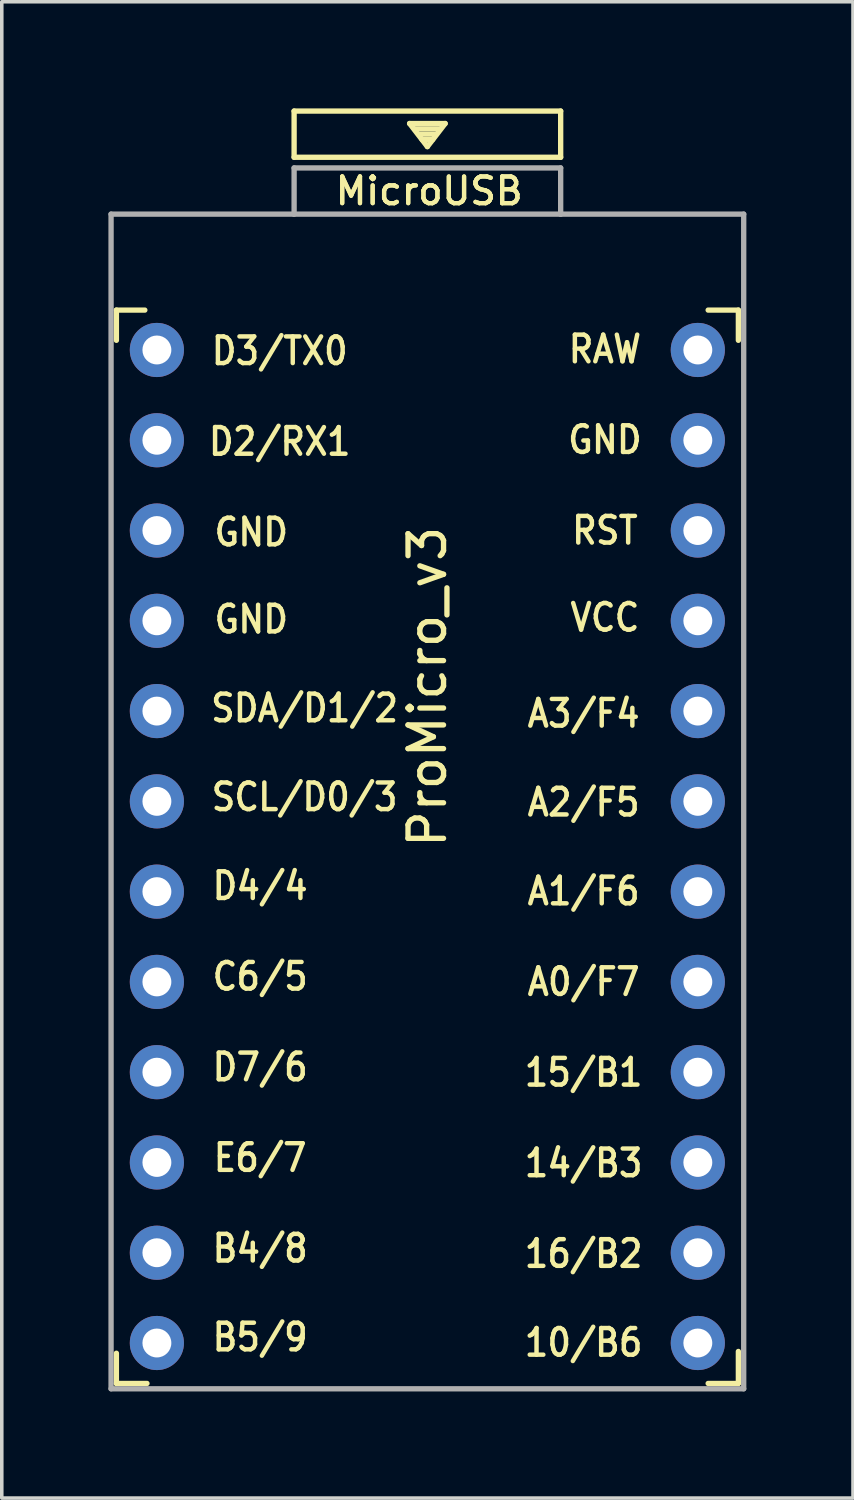
<source format=kicad_pcb>
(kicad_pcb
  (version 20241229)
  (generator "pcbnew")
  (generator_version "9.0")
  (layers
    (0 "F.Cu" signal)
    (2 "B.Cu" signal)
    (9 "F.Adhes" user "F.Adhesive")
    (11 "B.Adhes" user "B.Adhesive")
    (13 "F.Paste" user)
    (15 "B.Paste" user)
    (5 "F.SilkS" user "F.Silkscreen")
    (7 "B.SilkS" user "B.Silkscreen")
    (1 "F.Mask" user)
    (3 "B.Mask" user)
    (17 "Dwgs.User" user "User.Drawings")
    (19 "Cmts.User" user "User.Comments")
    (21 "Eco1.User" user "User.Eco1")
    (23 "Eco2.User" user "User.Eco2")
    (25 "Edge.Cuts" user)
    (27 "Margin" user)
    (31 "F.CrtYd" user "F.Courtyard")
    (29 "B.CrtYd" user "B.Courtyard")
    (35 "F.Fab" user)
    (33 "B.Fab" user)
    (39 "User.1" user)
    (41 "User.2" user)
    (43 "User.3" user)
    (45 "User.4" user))
  (footprint "ProMicro_v3"
    (layer "F.Cu")
    (at 8.975 20.005)
    (property "Reference" "ProMicro_v3" (at 0 -3.73 270) (layer "F.SilkS") (effects (font (size 1 1) (thickness 0.15))))
    (attr through_hole)
    (fp_line (start -8.75 -14.33) (end -8.75 -13.48) (stroke (width 0.15) (type solid)) (layer "F.SilkS"))
    (fp_line (start -8.75 -14.33) (end -7.95 -14.33) (stroke (width 0.15) (type solid)) (layer "F.SilkS"))
    (fp_line (start -8.75 15.02) (end -8.75 15.87) (stroke (width 0.15) (type solid)) (layer "F.SilkS"))
    (fp_line (start -8.75 15.87) (end -7.89 15.87) (stroke (width 0.15) (type solid)) (layer "F.SilkS"))
    (fp_line (start -3.75 -19.93) (end 3.75 -19.93) (stroke (width 0.15) (type solid)) (layer "F.SilkS"))
    (fp_line (start -3.75 -18.63) (end -3.75 -19.93) (stroke (width 0.15) (type solid)) (layer "F.SilkS"))
    (fp_line (start -0.5 -19.58) (end 0 -18.93) (stroke (width 0.15) (type solid)) (layer "F.SilkS"))
    (fp_line (start 0 -18.93) (end 0.5 -19.58) (stroke (width 0.15) (type solid)) (layer "F.SilkS"))
    (fp_line (start 0.15 -19.13) (end -0.15 -19.13) (stroke (width 0.15) (type solid)) (layer "F.SilkS"))
    (fp_line (start 0.25 -19.28) (end -0.25 -19.28) (stroke (width 0.15) (type solid)) (layer "F.SilkS"))
    (fp_line (start 0.35 -19.43) (end -0.35 -19.43) (stroke (width 0.15) (type solid)) (layer "F.SilkS"))
    (fp_line (start 0.5 -19.58) (end -0.5 -19.58) (stroke (width 0.15) (type solid)) (layer "F.SilkS"))
    (fp_line (start 3.75 -19.93) (end 3.75 -18.63) (stroke (width 0.15) (type solid)) (layer "F.SilkS"))
    (fp_line (start 3.75 -18.63) (end -3.75 -18.63) (stroke (width 0.15) (type solid)) (layer "F.SilkS"))
    (fp_line (start 8.75 -14.33) (end 7.9 -14.33) (stroke (width 0.15) (type solid)) (layer "F.SilkS"))
    (fp_line (start 8.75 -14.33) (end 8.75 -13.48) (stroke (width 0.15) (type solid)) (layer "F.SilkS"))
    (fp_line (start 8.75 14.97) (end 8.75 15.87) (stroke (width 0.15) (type solid)) (layer "F.SilkS"))
    (fp_line (start 8.75 15.87) (end 7.9 15.87) (stroke (width 0.15) (type solid)) (layer "F.SilkS"))
    (fp_line (start -8.9 -17.03) (end -8.9 16.02) (stroke (width 0.15) (type solid)) (layer "F.Fab"))
    (fp_line (start -8.9 16.02) (end 8.9 16.02) (stroke (width 0.15) (type solid)) (layer "F.Fab"))
    (fp_line (start -3.76 -17.03) (end -8.9 -17.03) (stroke (width 0.15) (type solid)) (layer "F.Fab"))
    (fp_line (start -3.75 -18.33) (end -3.75 -17.03) (stroke (width 0.15) (type solid)) (layer "F.Fab"))
    (fp_line (start 3.75 -18.33) (end -3.75 -18.33) (stroke (width 0.15) (type solid)) (layer "F.Fab"))
    (fp_line (start 3.75 -18.33) (end 3.75 -17.029) (stroke (width 0.15) (type solid)) (layer "F.Fab"))
    (fp_line (start 3.75 -17.03) (end -3.75 -17.03) (stroke (width 0.15) (type solid)) (layer "F.Fab"))
    (fp_line (start 8.9 -17.03) (end 3.75 -17.03) (stroke (width 0.15) (type solid)) (layer "F.Fab"))
    (fp_line (start 8.9 16.02) (end 8.9 -17.03) (stroke (width 0.15) (type solid)) (layer "F.Fab"))
    (fp_text user "GND" (at -4.955 -5.63 0) (unlocked yes) (layer "F.SilkS") (effects (font (size 0.75 0.67) (thickness 0.125))))
    (fp_text user "A0/F7" (at 4.395 4.57 0) (unlocked yes) (layer "F.SilkS") (effects (font (size 0.75 0.67) (thickness 0.125))))
    (fp_text user "MicroUSB" (at 0.05 -17.68 0) (layer "F.SilkS") (effects (font (size 0.75 0.75) (thickness 0.12))))
    (fp_text user "RAW" (at 4.995 -13.23 0) (unlocked yes) (layer "F.SilkS") (effects (font (size 0.75 0.67) (thickness 0.125))))
    (fp_text user "GND" (at -4.955 -8.08 0) (unlocked yes) (layer "F.SilkS") (effects (font (size 0.75 0.67) (thickness 0.125))))
    (fp_text user "14/B3" (at 4.395 9.67 0) (unlocked yes) (layer "F.SilkS") (effects (font (size 0.75 0.67) (thickness 0.125))))
    (fp_text user "SDA/D1/2" (at -3.455 -3.13 0) (unlocked yes) (layer "F.SilkS") (effects (font (size 0.75 0.67) (thickness 0.125))))
    (fp_text user "A3/F4" (at 4.395 -2.98 0) (unlocked yes) (layer "F.SilkS") (effects (font (size 0.75 0.67) (thickness 0.125))))
    (fp_text user "C6/5" (at -4.705 4.42 0) (unlocked yes) (layer "F.SilkS") (effects (font (size 0.75 0.67) (thickness 0.125))))
    (fp_text user "15/B1" (at 4.395 7.12 0) (unlocked yes) (layer "F.SilkS") (effects (font (size 0.75 0.67) (thickness 0.125))))
    (fp_text user "D7/6" (at -4.705 6.97 0) (unlocked yes) (layer "F.SilkS") (effects (font (size 0.75 0.67) (thickness 0.125))))
    (fp_text user "D2/RX1" (at -4.155 -10.63 0) (unlocked yes) (layer "F.SilkS") (effects (font (size 0.75 0.67) (thickness 0.125))))
    (fp_text user "B5/9" (at -4.705 14.57 0) (unlocked yes) (layer "F.SilkS") (effects (font (size 0.75 0.67) (thickness 0.125))))
    (fp_text user "VCC" (at 4.995 -5.68 0) (unlocked yes) (layer "F.SilkS") (effects (font (size 0.75 0.67) (thickness 0.125))))
    (fp_text user "B4/8" (at -4.705 12.07 0) (unlocked yes) (layer "F.SilkS") (effects (font (size 0.75 0.67) (thickness 0.125))))
    (fp_text user "SCL/D0/3" (at -3.455 -0.63 0) (unlocked yes) (layer "F.SilkS") (effects (font (size 0.75 0.67) (thickness 0.125))))
    (fp_text user "16/B2" (at 4.395 12.22 0) (unlocked yes) (layer "F.SilkS") (effects (font (size 0.75 0.67) (thickness 0.125))))
    (fp_text user "GND" (at 4.995 -10.68 0) (unlocked yes) (layer "F.SilkS") (effects (font (size 0.75 0.67) (thickness 0.125))))
    (fp_text user "A2/F5" (at 4.395 -0.48 0) (unlocked yes) (layer "F.SilkS") (effects (font (size 0.75 0.67) (thickness 0.125))))
    (fp_text user "A1/F6" (at 4.395 2.02 0) (unlocked yes) (layer "F.SilkS") (effects (font (size 0.75 0.67) (thickness 0.125))))
    (fp_text user "MicroUSB" (at 0.05 -17.68 0) (layer "F.SilkS") (effects (font (size 0.75 0.75) (thickness 0.12))))
    (fp_text user "D3/TX0" (at -4.155 -13.18 0) (unlocked yes) (layer "F.SilkS") (effects (font (size 0.75 0.67) (thickness 0.125))))
    (fp_text user "10/B6" (at 4.395 14.72 0) (unlocked yes) (layer "F.SilkS") (effects (font (size 0.75 0.67) (thickness 0.125))))
    (fp_text user "E6/7" (at -4.705 9.52 0) (unlocked yes) (layer "F.SilkS") (effects (font (size 0.75 0.67) (thickness 0.125))))
    (fp_text user "D4/4" (at -4.705 1.87 0) (unlocked yes) (layer "F.SilkS") (effects (font (size 0.75 0.67) (thickness 0.125))))
    (fp_text user "RST" (at 4.995 -8.13 0) (unlocked yes) (layer "F.SilkS") (effects (font (size 0.75 0.67) (thickness 0.125))))
    (pad "1" thru_hole circle (at -7.611 -13.208) (size 1.524 1.524) (drill 0.813) (layers "*.Cu" "B.Mask"))
    (pad "2" thru_hole circle (at -7.611 -10.668) (size 1.524 1.524) (drill 0.813) (layers "*.Cu" "B.Mask"))
    (pad "3" thru_hole circle (at -7.611 -8.128) (size 1.524 1.524) (drill 0.813) (layers "*.Cu" "B.Mask"))
    (pad "4" thru_hole circle (at -7.611 -5.588) (size 1.524 1.524) (drill 0.813) (layers "*.Cu" "B.Mask"))
    (pad "5" thru_hole circle (at -7.611 -3.048) (size 1.524 1.524) (drill 0.813) (layers "*.Cu" "B.Mask"))
    (pad "6" thru_hole circle (at -7.611 -0.508) (size 1.524 1.524) (drill 0.813) (layers "*.Cu" "B.Mask"))
    (pad "7" thru_hole circle (at -7.611 2.032) (size 1.524 1.524) (drill 0.813) (layers "*.Cu" "B.Mask"))
    (pad "8" thru_hole circle (at -7.611 4.572) (size 1.524 1.524) (drill 0.813) (layers "*.Cu" "B.Mask"))
    (pad "9" thru_hole circle (at -7.611 7.112) (size 1.524 1.524) (drill 0.813) (layers "*.Cu" "B.Mask"))
    (pad "10" thru_hole circle (at -7.611 9.652) (size 1.524 1.524) (drill 0.813) (layers "*.Cu" "B.Mask"))
    (pad "11" thru_hole circle (at -7.611 12.192) (size 1.524 1.524) (drill 0.813) (layers "*.Cu" "B.Mask"))
    (pad "12" thru_hole circle (at -7.611 14.732) (size 1.524 1.524) (drill 0.813) (layers "*.Cu" "B.Mask"))
    (pad "13" thru_hole circle (at 7.609 14.732) (size 1.524 1.524) (drill 0.813) (layers "*.Cu" "B.Mask"))
    (pad "14" thru_hole circle (at 7.609 12.192) (size 1.524 1.524) (drill 0.813) (layers "*.Cu" "B.Mask"))
    (pad "15" thru_hole circle (at 7.609 9.652) (size 1.524 1.524) (drill 0.813) (layers "*.Cu" "B.Mask"))
    (pad "16" thru_hole circle (at 7.609 7.112) (size 1.524 1.524) (drill 0.813) (layers "*.Cu" "B.Mask"))
    (pad "17" thru_hole circle (at 7.609 4.572) (size 1.524 1.524) (drill 0.813) (layers "*.Cu" "B.Mask"))
    (pad "18" thru_hole circle (at 7.609 2.032) (size 1.524 1.524) (drill 0.813) (layers "*.Cu" "B.Mask"))
    (pad "19" thru_hole circle (at 7.609 -0.508) (size 1.524 1.524) (drill 0.813) (layers "*.Cu" "B.Mask"))
    (pad "20" thru_hole circle (at 7.609 -3.048) (size 1.524 1.524) (drill 0.813) (layers "*.Cu" "B.Mask"))
    (pad "21" thru_hole circle (at 7.609 -5.588) (size 1.524 1.524) (drill 0.813) (layers "*.Cu" "B.Mask"))
    (pad "22" thru_hole circle (at 7.609 -8.128) (size 1.524 1.524) (drill 0.813) (layers "*.Cu" "B.Mask"))
    (pad "23" thru_hole circle (at 7.609 -10.668) (size 1.524 1.524) (drill 0.813) (layers "*.Cu" "B.Mask"))
    (pad "24" thru_hole circle (at 7.609 -13.208) (size 1.524 1.524) (drill 0.813) (layers "*.Cu" "B.Mask")))
  (gr_rect
    (start -3 -3)
    (end 20.95 39.1)
    (stroke (width 0.1) (type default))
    (fill no)
    (layer "Edge.Cuts")))
</source>
